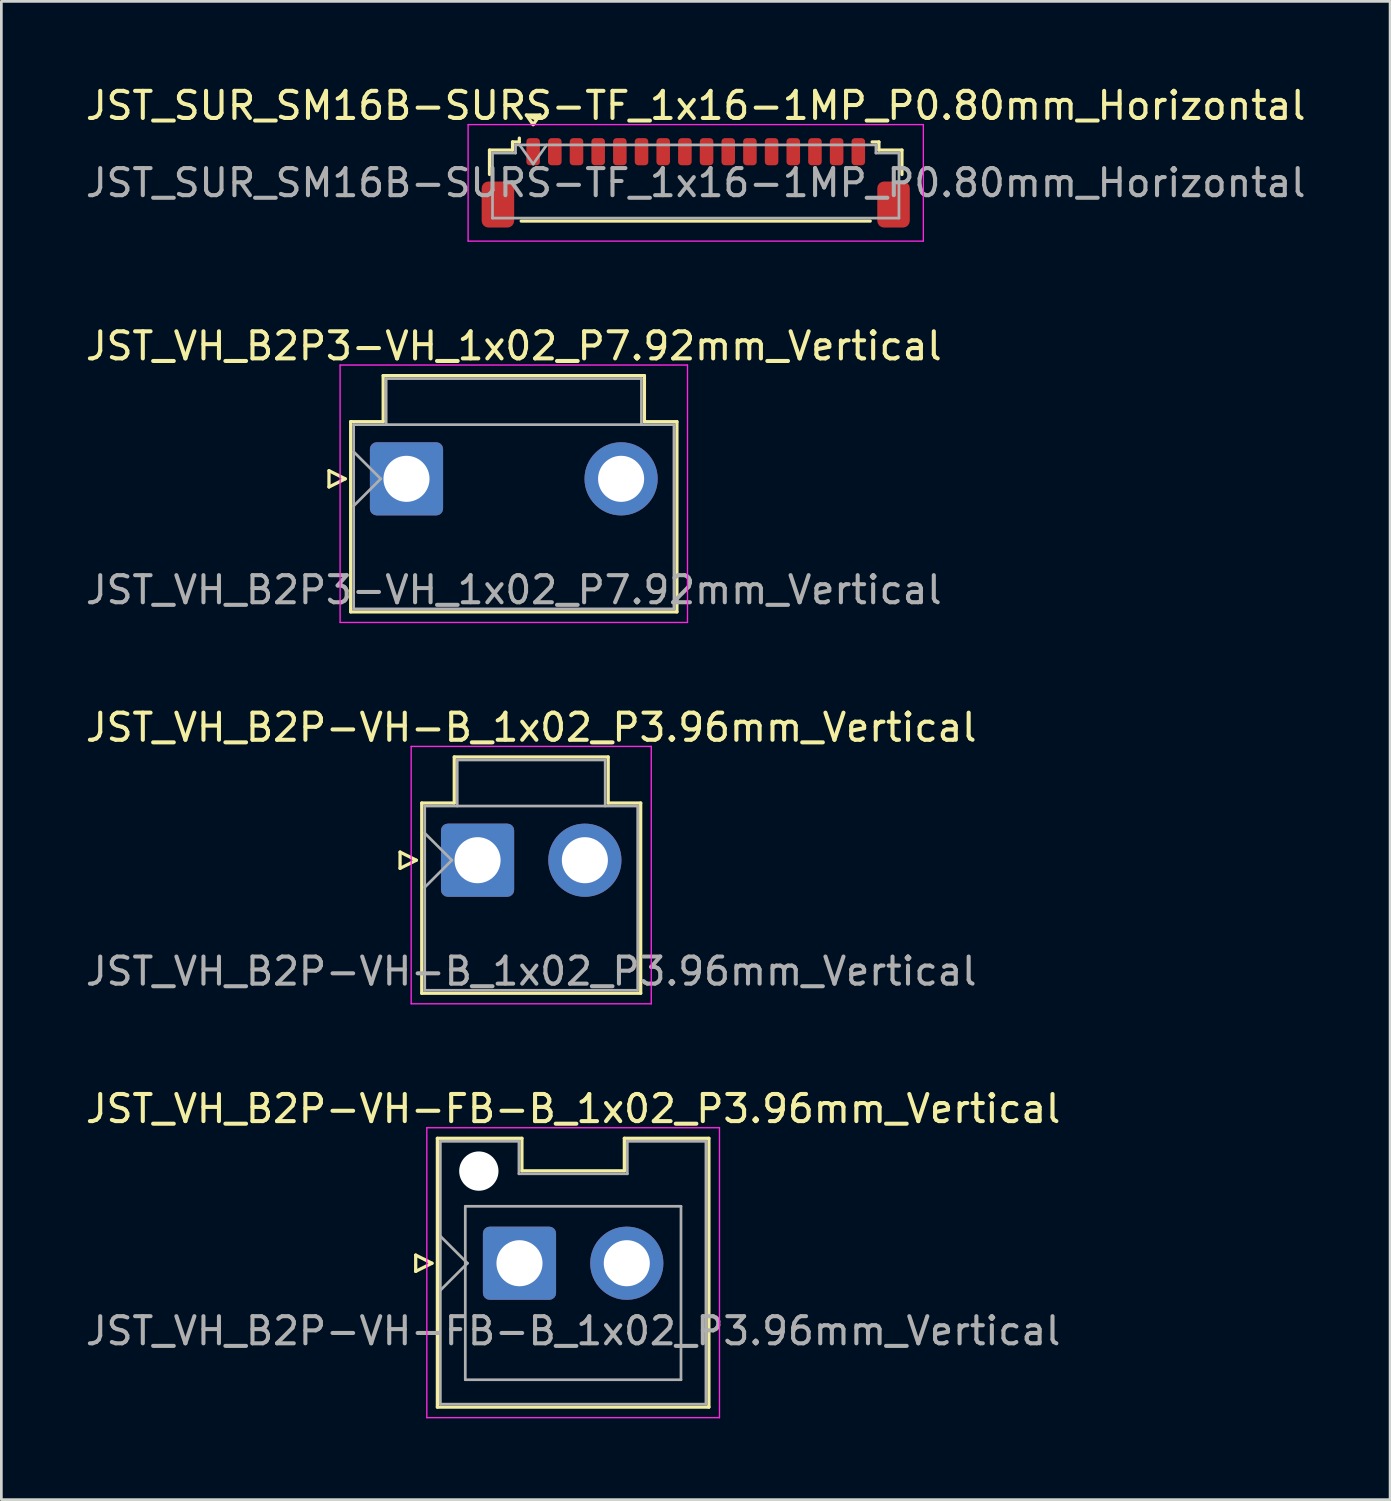
<source format=kicad_pcb>
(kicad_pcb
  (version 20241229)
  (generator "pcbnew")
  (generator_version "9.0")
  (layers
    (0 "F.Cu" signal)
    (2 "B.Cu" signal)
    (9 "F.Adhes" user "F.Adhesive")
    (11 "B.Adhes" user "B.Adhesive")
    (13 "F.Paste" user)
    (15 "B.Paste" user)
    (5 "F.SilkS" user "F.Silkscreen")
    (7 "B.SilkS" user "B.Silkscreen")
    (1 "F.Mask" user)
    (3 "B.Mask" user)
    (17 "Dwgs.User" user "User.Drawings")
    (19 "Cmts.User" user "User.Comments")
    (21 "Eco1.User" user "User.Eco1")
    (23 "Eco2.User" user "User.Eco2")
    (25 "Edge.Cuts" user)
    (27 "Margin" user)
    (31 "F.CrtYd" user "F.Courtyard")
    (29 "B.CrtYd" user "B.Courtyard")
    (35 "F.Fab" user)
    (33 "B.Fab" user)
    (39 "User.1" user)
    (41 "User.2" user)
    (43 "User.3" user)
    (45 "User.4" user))
  (footprint "JST_SUR_SM16B-SURS-TF_1x16-1MP_P0.80mm_Horizontal"
    (layer "F.Cu")
    (at 22.625 3.698)
    (property "Reference" "JST_SUR_SM16B-SURS-TF_1x16-1MP_P0.80mm_Horizontal" (at 0 -2.85 0) (layer "F.SilkS") (effects (font (size 1 1) (thickness 0.15))))
    (attr smd)
    (fp_line (start -7.61 -1.21) (end -6.76 -1.21) (stroke (width 0.12) (type solid)) (layer "F.SilkS"))
    (fp_line (start -7.61 -0.31) (end -7.61 -1.21) (stroke (width 0.12) (type solid)) (layer "F.SilkS"))
    (fp_line (start -6.76 -1.51) (end -6.51 -1.51) (stroke (width 0.12) (type solid)) (layer "F.SilkS"))
    (fp_line (start -6.76 -1.21) (end -6.76 -1.51) (stroke (width 0.12) (type solid)) (layer "F.SilkS"))
    (fp_line (start -6.51 -1.51) (end -6.51 -1.65) (stroke (width 0.12) (type solid)) (layer "F.SilkS"))
    (fp_line (start -6.44 1.41) (end 6.44 1.41) (stroke (width 0.12) (type solid)) (layer "F.SilkS"))
    (fp_line (start -6.25 -2.504) (end -6 -2.15) (stroke (width 0.12) (type solid)) (layer "F.SilkS"))
    (fp_line (start -6 -2.15) (end -5.75 -2.504) (stroke (width 0.12) (type solid)) (layer "F.SilkS"))
    (fp_line (start -5.75 -2.504) (end -6.25 -2.504) (stroke (width 0.12) (type solid)) (layer "F.SilkS"))
    (fp_line (start 6.76 -1.51) (end 6.51 -1.51) (stroke (width 0.12) (type solid)) (layer "F.SilkS"))
    (fp_line (start 6.76 -1.21) (end 6.76 -1.51) (stroke (width 0.12) (type solid)) (layer "F.SilkS"))
    (fp_line (start 7.61 -1.21) (end 6.76 -1.21) (stroke (width 0.12) (type solid)) (layer "F.SilkS"))
    (fp_line (start 7.61 -0.31) (end 7.61 -1.21) (stroke (width 0.12) (type solid)) (layer "F.SilkS"))
    (fp_line (start -8.4 -2.15) (end -8.4 2.15) (stroke (width 0.05) (type solid)) (layer "F.CrtYd"))
    (fp_line (start -8.4 2.15) (end 8.4 2.15) (stroke (width 0.05) (type solid)) (layer "F.CrtYd"))
    (fp_line (start 8.4 -2.15) (end -8.4 -2.15) (stroke (width 0.05) (type solid)) (layer "F.CrtYd"))
    (fp_line (start 8.4 2.15) (end 8.4 -2.15) (stroke (width 0.05) (type solid)) (layer "F.CrtYd"))
    (fp_line (start -7.5 -1.1) (end -7.5 1.3) (stroke (width 0.1) (type solid)) (layer "F.Fab"))
    (fp_line (start -7.5 -1.1) (end -6.65 -1.1) (stroke (width 0.1) (type solid)) (layer "F.Fab"))
    (fp_line (start -7.5 1.3) (end 7.5 1.3) (stroke (width 0.1) (type solid)) (layer "F.Fab"))
    (fp_line (start -6.65 -1.4) (end 6.65 -1.4) (stroke (width 0.1) (type solid)) (layer "F.Fab"))
    (fp_line (start -6.65 -1.1) (end -6.65 -1.4) (stroke (width 0.1) (type solid)) (layer "F.Fab"))
    (fp_line (start -6.5 -1.4) (end -6 -0.693) (stroke (width 0.1) (type solid)) (layer "F.Fab"))
    (fp_line (start -6 -0.693) (end -5.5 -1.4) (stroke (width 0.1) (type solid)) (layer "F.Fab"))
    (fp_line (start 6.65 -1.4) (end 6.65 -1.1) (stroke (width 0.1) (type solid)) (layer "F.Fab"))
    (fp_line (start 6.65 -1.1) (end 7.5 -1.1) (stroke (width 0.1) (type solid)) (layer "F.Fab"))
    (fp_line (start 7.5 -1.1) (end 7.5 1.3) (stroke (width 0.1) (type solid)) (layer "F.Fab"))
    (fp_text user "${REFERENCE}" (at 0 0 0) (layer "F.Fab") (effects (font (size 1 1) (thickness 0.15))))
    (pad "1" smd roundrect (at -6 -1.15) (size 0.5 1) (layers "F.Cu" "F.Mask" "F.Paste") (roundrect_rratio 0.25))
    (pad "2" smd roundrect (at -5.2 -1.15) (size 0.5 1) (layers "F.Cu" "F.Mask" "F.Paste") (roundrect_rratio 0.25))
    (pad "3" smd roundrect (at -4.4 -1.15) (size 0.5 1) (layers "F.Cu" "F.Mask" "F.Paste") (roundrect_rratio 0.25))
    (pad "4" smd roundrect (at -3.6 -1.15) (size 0.5 1) (layers "F.Cu" "F.Mask" "F.Paste") (roundrect_rratio 0.25))
    (pad "5" smd roundrect (at -2.8 -1.15) (size 0.5 1) (layers "F.Cu" "F.Mask" "F.Paste") (roundrect_rratio 0.25))
    (pad "6" smd roundrect (at -2 -1.15) (size 0.5 1) (layers "F.Cu" "F.Mask" "F.Paste") (roundrect_rratio 0.25))
    (pad "7" smd roundrect (at -1.2 -1.15) (size 0.5 1) (layers "F.Cu" "F.Mask" "F.Paste") (roundrect_rratio 0.25))
    (pad "8" smd roundrect (at -0.4 -1.15) (size 0.5 1) (layers "F.Cu" "F.Mask" "F.Paste") (roundrect_rratio 0.25))
    (pad "9" smd roundrect (at 0.4 -1.15) (size 0.5 1) (layers "F.Cu" "F.Mask" "F.Paste") (roundrect_rratio 0.25))
    (pad "10" smd roundrect (at 1.2 -1.15) (size 0.5 1) (layers "F.Cu" "F.Mask" "F.Paste") (roundrect_rratio 0.25))
    (pad "11" smd roundrect (at 2 -1.15) (size 0.5 1) (layers "F.Cu" "F.Mask" "F.Paste") (roundrect_rratio 0.25))
    (pad "12" smd roundrect (at 2.8 -1.15) (size 0.5 1) (layers "F.Cu" "F.Mask" "F.Paste") (roundrect_rratio 0.25))
    (pad "13" smd roundrect (at 3.6 -1.15) (size 0.5 1) (layers "F.Cu" "F.Mask" "F.Paste") (roundrect_rratio 0.25))
    (pad "14" smd roundrect (at 4.4 -1.15) (size 0.5 1) (layers "F.Cu" "F.Mask" "F.Paste") (roundrect_rratio 0.25))
    (pad "15" smd roundrect (at 5.2 -1.15) (size 0.5 1) (layers "F.Cu" "F.Mask" "F.Paste") (roundrect_rratio 0.25))
    (pad "16" smd roundrect (at 6 -1.15) (size 0.5 1) (layers "F.Cu" "F.Mask" "F.Paste") (roundrect_rratio 0.25))
    (pad "MP" smd roundrect (at -7.3 0.8) (size 1.2 1.7) (layers "F.Cu" "F.Mask" "F.Paste") (roundrect_rratio 0.208))
    (pad "MP" smd roundrect (at 7.3 0.8) (size 1.2 1.7) (layers "F.Cu" "F.Mask" "F.Paste") (roundrect_rratio 0.208)))
  (footprint "JST_VH_B2P-VH-B_1x02_P3.96mm_Vertical"
    (layer "F.Cu")
    (at 14.574 28.695)
    (property "Reference" "JST_VH_B2P-VH-B_1x02_P3.96mm_Vertical" (at 1.98 -4.9 0) (layer "F.SilkS") (effects (font (size 1 1) (thickness 0.15))))
    (attr through_hole)
    (fp_line (start -2.86 -0.3) (end -2.26 0) (stroke (width 0.12) (type solid)) (layer "F.SilkS"))
    (fp_line (start -2.86 0.3) (end -2.86 -0.3) (stroke (width 0.12) (type solid)) (layer "F.SilkS"))
    (fp_line (start -2.26 0) (end -2.86 0.3) (stroke (width 0.12) (type solid)) (layer "F.SilkS"))
    (fp_line (start -2.06 -2.11) (end -0.86 -2.11) (stroke (width 0.12) (type solid)) (layer "F.SilkS"))
    (fp_line (start -2.06 4.91) (end -2.06 -2.11) (stroke (width 0.12) (type solid)) (layer "F.SilkS"))
    (fp_line (start -0.86 -3.81) (end 4.82 -3.81) (stroke (width 0.12) (type solid)) (layer "F.SilkS"))
    (fp_line (start -0.86 -2.11) (end -0.86 -3.81) (stroke (width 0.12) (type solid)) (layer "F.SilkS"))
    (fp_line (start 4.82 -3.81) (end 4.82 -2.11) (stroke (width 0.12) (type solid)) (layer "F.SilkS"))
    (fp_line (start 4.82 -2.11) (end 6.02 -2.11) (stroke (width 0.12) (type solid)) (layer "F.SilkS"))
    (fp_line (start 6.02 -2.11) (end 6.02 4.91) (stroke (width 0.12) (type solid)) (layer "F.SilkS"))
    (fp_line (start 6.02 4.91) (end -2.06 4.91) (stroke (width 0.12) (type solid)) (layer "F.SilkS"))
    (fp_line (start -2.45 -4.2) (end -2.45 5.3) (stroke (width 0.05) (type solid)) (layer "F.CrtYd"))
    (fp_line (start -2.45 5.3) (end 6.41 5.3) (stroke (width 0.05) (type solid)) (layer "F.CrtYd"))
    (fp_line (start 6.41 -4.2) (end -2.45 -4.2) (stroke (width 0.05) (type solid)) (layer "F.CrtYd"))
    (fp_line (start 6.41 5.3) (end 6.41 -4.2) (stroke (width 0.05) (type solid)) (layer "F.CrtYd"))
    (fp_line (start -1.95 -2) (end -1.95 4.8) (stroke (width 0.1) (type solid)) (layer "F.Fab"))
    (fp_line (start -1.95 -1) (end -0.95 0) (stroke (width 0.1) (type solid)) (layer "F.Fab"))
    (fp_line (start -1.95 1) (end -0.95 0) (stroke (width 0.1) (type solid)) (layer "F.Fab"))
    (fp_line (start -1.95 4.8) (end 5.91 4.8) (stroke (width 0.1) (type solid)) (layer "F.Fab"))
    (fp_line (start -0.75 -3.7) (end 4.71 -3.7) (stroke (width 0.1) (type solid)) (layer "F.Fab"))
    (fp_line (start -0.75 -2) (end -0.75 -3.7) (stroke (width 0.1) (type solid)) (layer "F.Fab"))
    (fp_line (start 4.71 -3.7) (end 4.71 -2) (stroke (width 0.1) (type solid)) (layer "F.Fab"))
    (fp_line (start 5.91 -2) (end -1.95 -2) (stroke (width 0.1) (type solid)) (layer "F.Fab"))
    (fp_line (start 5.91 4.8) (end 5.91 -2) (stroke (width 0.1) (type solid)) (layer "F.Fab"))
    (fp_text user "${REFERENCE}" (at 1.98 4.1 0) (layer "F.Fab") (effects (font (size 1 1) (thickness 0.15))))
    (pad "1" thru_hole roundrect (at 0 0) (size 2.7 2.7) (drill 1.7) (layers "*.Cu" "*.Mask") (roundrect_rratio 0.093))
    (pad "2" thru_hole circle (at 3.96 0) (size 2.7 2.7) (drill 1.7) (layers "*.Cu" "*.Mask")))
  (footprint "JST_VH_B2P-VH-FB-B_1x02_P3.96mm_Vertical"
    (layer "F.Cu")
    (at 16.121 43.568)
    (property "Reference" "JST_VH_B2P-VH-FB-B_1x02_P3.96mm_Vertical" (at 1.98 -5.7 0) (layer "F.SilkS") (effects (font (size 1 1) (thickness 0.15))))
    (attr through_hole)
    (fp_line (start -3.83 -0.3) (end -3.23 0) (stroke (width 0.12) (type solid)) (layer "F.SilkS"))
    (fp_line (start -3.83 0.3) (end -3.83 -0.3) (stroke (width 0.12) (type solid)) (layer "F.SilkS"))
    (fp_line (start -3.23 0) (end -3.83 0.3) (stroke (width 0.12) (type solid)) (layer "F.SilkS"))
    (fp_line (start -3.03 -4.61) (end 0.09 -4.61) (stroke (width 0.12) (type solid)) (layer "F.SilkS"))
    (fp_line (start -3.03 5.31) (end -3.03 -4.61) (stroke (width 0.12) (type solid)) (layer "F.SilkS"))
    (fp_line (start 0.09 -4.61) (end 0.09 -3.41) (stroke (width 0.12) (type solid)) (layer "F.SilkS"))
    (fp_line (start 0.09 -3.41) (end 3.87 -3.41) (stroke (width 0.12) (type solid)) (layer "F.SilkS"))
    (fp_line (start 3.87 -4.61) (end 6.99 -4.61) (stroke (width 0.12) (type solid)) (layer "F.SilkS"))
    (fp_line (start 3.87 -3.41) (end 3.87 -4.61) (stroke (width 0.12) (type solid)) (layer "F.SilkS"))
    (fp_line (start 6.99 -4.61) (end 6.99 5.31) (stroke (width 0.12) (type solid)) (layer "F.SilkS"))
    (fp_line (start 6.99 5.31) (end -3.03 5.31) (stroke (width 0.12) (type solid)) (layer "F.SilkS"))
    (fp_line (start -3.42 -5) (end -3.42 5.7) (stroke (width 0.05) (type solid)) (layer "F.CrtYd"))
    (fp_line (start -3.42 5.7) (end 7.38 5.7) (stroke (width 0.05) (type solid)) (layer "F.CrtYd"))
    (fp_line (start 7.38 -5) (end -3.42 -5) (stroke (width 0.05) (type solid)) (layer "F.CrtYd"))
    (fp_line (start 7.38 5.7) (end 7.38 -5) (stroke (width 0.05) (type solid)) (layer "F.CrtYd"))
    (fp_line (start -2.92 -4.5) (end -0.02 -4.5) (stroke (width 0.1) (type solid)) (layer "F.Fab"))
    (fp_line (start -2.92 -1) (end -1.92 0) (stroke (width 0.1) (type solid)) (layer "F.Fab"))
    (fp_line (start -2.92 1) (end -1.92 0) (stroke (width 0.1) (type solid)) (layer "F.Fab"))
    (fp_line (start -2.92 5.2) (end -2.92 -4.5) (stroke (width 0.1) (type solid)) (layer "F.Fab"))
    (fp_line (start -2 -2.1) (end 5.96 -2.1) (stroke (width 0.1) (type solid)) (layer "F.Fab"))
    (fp_line (start -2 4.3) (end -2 -2.1) (stroke (width 0.1) (type solid)) (layer "F.Fab"))
    (fp_line (start -0.02 -4.5) (end -0.02 -3.3) (stroke (width 0.1) (type solid)) (layer "F.Fab"))
    (fp_line (start -0.02 -3.3) (end 3.98 -3.3) (stroke (width 0.1) (type solid)) (layer "F.Fab"))
    (fp_line (start 3.98 -4.5) (end 6.88 -4.5) (stroke (width 0.1) (type solid)) (layer "F.Fab"))
    (fp_line (start 3.98 -3.3) (end 3.98 -4.5) (stroke (width 0.1) (type solid)) (layer "F.Fab"))
    (fp_line (start 5.96 -2.1) (end 5.96 4.3) (stroke (width 0.1) (type solid)) (layer "F.Fab"))
    (fp_line (start 5.96 4.3) (end -2 4.3) (stroke (width 0.1) (type solid)) (layer "F.Fab"))
    (fp_line (start 6.88 -4.5) (end 6.88 5.2) (stroke (width 0.1) (type solid)) (layer "F.Fab"))
    (fp_line (start 6.88 5.2) (end -2.92 5.2) (stroke (width 0.1) (type solid)) (layer "F.Fab"))
    (fp_text user "${REFERENCE}" (at 1.98 2.5 0) (layer "F.Fab") (effects (font (size 1 1) (thickness 0.15))))
    (pad "" np_thru_hole circle (at -1.5 -3.4) (size 1.45 1.45) (drill 1.45) (layers "*.Cu" "*.Mask"))
    (pad "1" thru_hole roundrect (at 0 0) (size 2.7 2.7) (drill 1.7) (layers "*.Cu" "*.Mask") (roundrect_rratio 0.093))
    (pad "2" thru_hole circle (at 3.96 0) (size 2.7 2.7) (drill 1.7) (layers "*.Cu" "*.Mask")))
  (footprint "JST_VH_B2P3-VH_1x02_P7.92mm_Vertical"
    (layer "F.Cu")
    (at 11.951 14.621)
    (property "Reference" "JST_VH_B2P3-VH_1x02_P7.92mm_Vertical" (at 3.96 -4.9 0) (layer "F.SilkS") (effects (font (size 1 1) (thickness 0.15))))
    (attr through_hole)
    (fp_line (start -2.86 -0.3) (end -2.26 0) (stroke (width 0.12) (type solid)) (layer "F.SilkS"))
    (fp_line (start -2.86 0.3) (end -2.86 -0.3) (stroke (width 0.12) (type solid)) (layer "F.SilkS"))
    (fp_line (start -2.26 0) (end -2.86 0.3) (stroke (width 0.12) (type solid)) (layer "F.SilkS"))
    (fp_line (start -2.06 -2.11) (end -0.86 -2.11) (stroke (width 0.12) (type solid)) (layer "F.SilkS"))
    (fp_line (start -2.06 4.91) (end -2.06 -2.11) (stroke (width 0.12) (type solid)) (layer "F.SilkS"))
    (fp_line (start -0.86 -3.81) (end 8.78 -3.81) (stroke (width 0.12) (type solid)) (layer "F.SilkS"))
    (fp_line (start -0.86 -2.11) (end -0.86 -3.81) (stroke (width 0.12) (type solid)) (layer "F.SilkS"))
    (fp_line (start 8.78 -3.81) (end 8.78 -2.11) (stroke (width 0.12) (type solid)) (layer "F.SilkS"))
    (fp_line (start 8.78 -2.11) (end 9.98 -2.11) (stroke (width 0.12) (type solid)) (layer "F.SilkS"))
    (fp_line (start 9.98 -2.11) (end 9.98 4.91) (stroke (width 0.12) (type solid)) (layer "F.SilkS"))
    (fp_line (start 9.98 4.91) (end -2.06 4.91) (stroke (width 0.12) (type solid)) (layer "F.SilkS"))
    (fp_line (start -2.45 -4.2) (end -2.45 5.3) (stroke (width 0.05) (type solid)) (layer "F.CrtYd"))
    (fp_line (start -2.45 5.3) (end 10.37 5.3) (stroke (width 0.05) (type solid)) (layer "F.CrtYd"))
    (fp_line (start 10.37 -4.2) (end -2.45 -4.2) (stroke (width 0.05) (type solid)) (layer "F.CrtYd"))
    (fp_line (start 10.37 5.3) (end 10.37 -4.2) (stroke (width 0.05) (type solid)) (layer "F.CrtYd"))
    (fp_line (start -1.95 -2) (end -1.95 4.8) (stroke (width 0.1) (type solid)) (layer "F.Fab"))
    (fp_line (start -1.95 -1) (end -0.95 0) (stroke (width 0.1) (type solid)) (layer "F.Fab"))
    (fp_line (start -1.95 1) (end -0.95 0) (stroke (width 0.1) (type solid)) (layer "F.Fab"))
    (fp_line (start -1.95 4.8) (end 9.87 4.8) (stroke (width 0.1) (type solid)) (layer "F.Fab"))
    (fp_line (start -0.75 -3.7) (end 8.67 -3.7) (stroke (width 0.1) (type solid)) (layer "F.Fab"))
    (fp_line (start -0.75 -2) (end -0.75 -3.7) (stroke (width 0.1) (type solid)) (layer "F.Fab"))
    (fp_line (start 8.67 -3.7) (end 8.67 -2) (stroke (width 0.1) (type solid)) (layer "F.Fab"))
    (fp_line (start 9.87 -2) (end -1.95 -2) (stroke (width 0.1) (type solid)) (layer "F.Fab"))
    (fp_line (start 9.87 4.8) (end 9.87 -2) (stroke (width 0.1) (type solid)) (layer "F.Fab"))
    (fp_text user "${REFERENCE}" (at 3.96 4.1 0) (layer "F.Fab") (effects (font (size 1 1) (thickness 0.15))))
    (pad "1" thru_hole roundrect (at 0 0) (size 2.7 2.7) (drill 1.7) (layers "*.Cu" "*.Mask") (roundrect_rratio 0.093))
    (pad "2" thru_hole circle (at 7.92 0) (size 2.7 2.7) (drill 1.7) (layers "*.Cu" "*.Mask")))
  (gr_rect
    (start -3 -3)
    (end 48.25 52.293)
    (stroke (width 0.1) (type default))
    (fill no)
    (layer "Edge.Cuts")))
</source>
